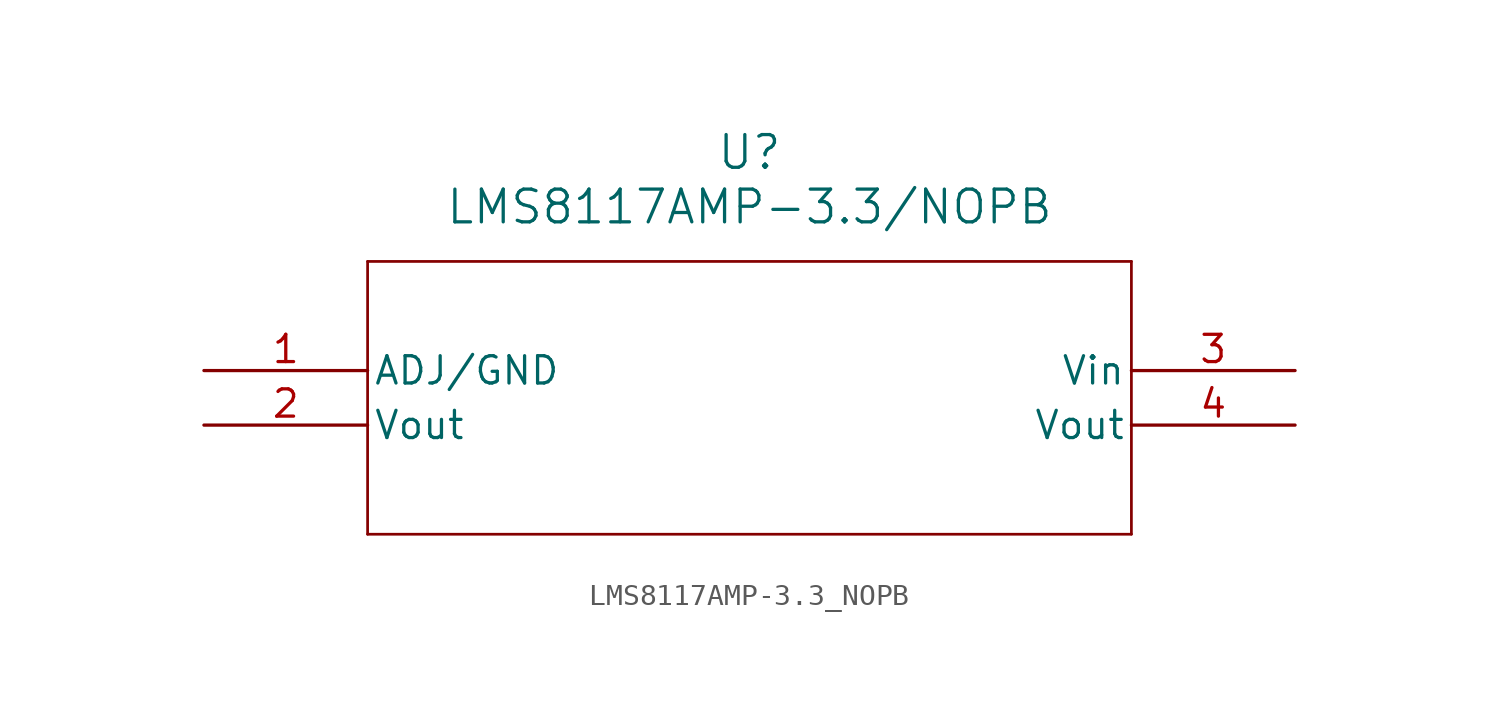
<source format=kicad_sym>
(kicad_symbol_lib
  (version 20211014)
  (generator kicad_symbol_editor)
  (symbol "LMS8117AMP-3.3_NOPB"
    (pin_names
      (offset 0.254))
    (property "Reference" "U"
      (at 25.4 10.16 0)
      (effects (font (size 1.524 1.524))))
    (property "Value" "LMS8117AMP-3.3/NOPB"
      (at 25.4 7.62 0)
      (effects (font (size 1.524 1.524))))
    (symbol "LMS8117AMP-3.3_NOPB_0_1"
      (polyline (pts (xy 7.62 5.08) (xy 7.62 -7.62)) (stroke (width 0.127) (type default) (color 0 0 0 0)) (fill (type none)))
      (polyline (pts (xy 7.62 -7.62) (xy 43.18 -7.62)) (stroke (width 0.127) (type default) (color 0 0 0 0)) (fill (type none)))
      (polyline (pts (xy 43.18 -7.62) (xy 43.18 5.08)) (stroke (width 0.127) (type default) (color 0 0 0 0)) (fill (type none)))
      (polyline (pts (xy 43.18 5.08) (xy 7.62 5.08)) (stroke (width 0.127) (type default) (color 0 0 0 0)) (fill (type none)))
      (pin passive line (at 0 0 0) (length 7.62) (name "ADJ/GND" (effects (font (size 1.27 1.27)))) (number "1" (effects (font (size 1.27 1.27)))))
      (pin output line (at 0 -2.54 0) (length 7.62) (name "Vout" (effects (font (size 1.27 1.27)))) (number "2" (effects (font (size 1.27 1.27)))))
      (pin input line (at 50.8 0 180) (length 7.62) (name "Vin" (effects (font (size 1.27 1.27)))) (number "3" (effects (font (size 1.27 1.27)))))
      (pin output line (at 50.8 -2.54 180) (length 7.62) (name "Vout" (effects (font (size 1.27 1.27)))) (number "4" (effects (font (size 1.27 1.27))))))))
</source>
